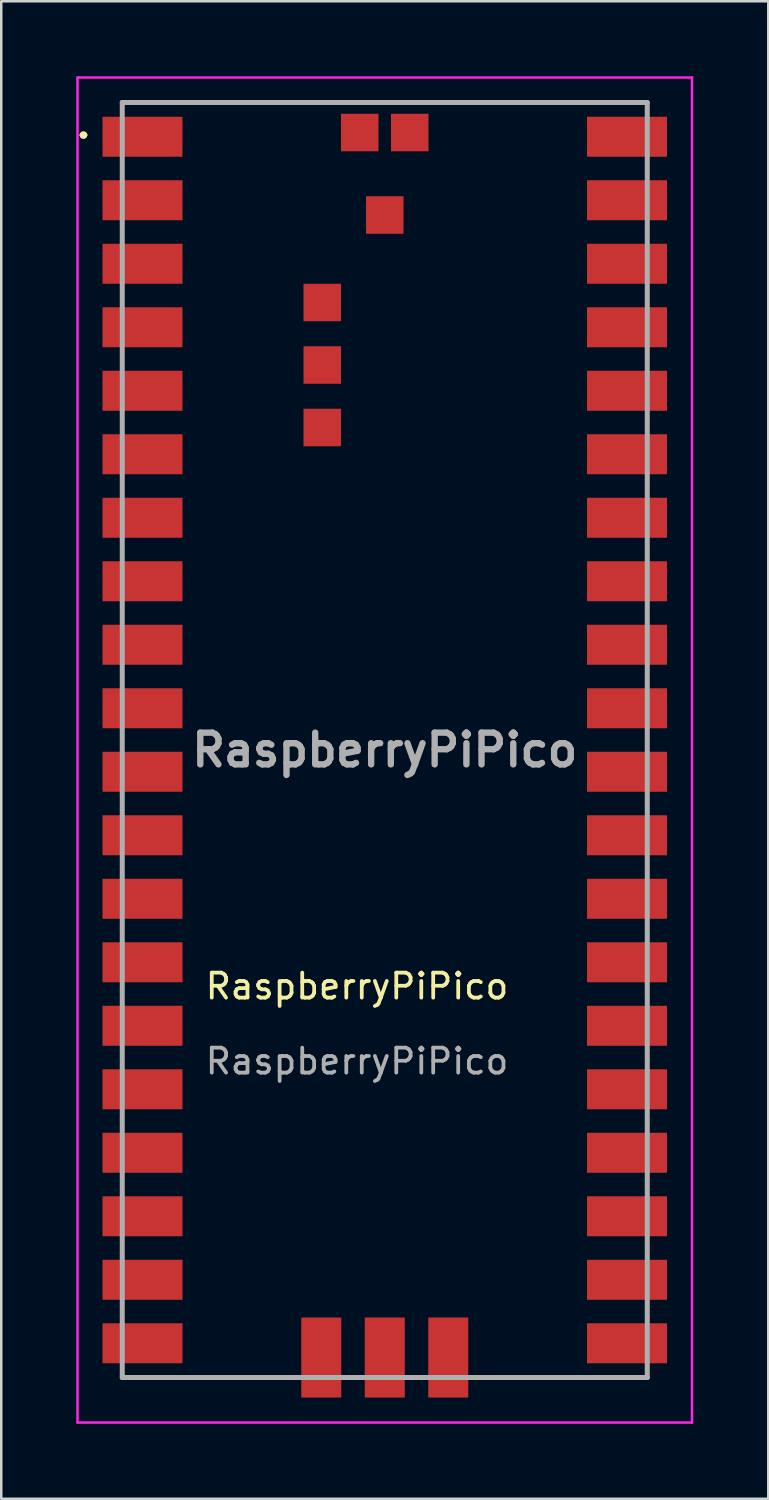
<source format=kicad_pcb>
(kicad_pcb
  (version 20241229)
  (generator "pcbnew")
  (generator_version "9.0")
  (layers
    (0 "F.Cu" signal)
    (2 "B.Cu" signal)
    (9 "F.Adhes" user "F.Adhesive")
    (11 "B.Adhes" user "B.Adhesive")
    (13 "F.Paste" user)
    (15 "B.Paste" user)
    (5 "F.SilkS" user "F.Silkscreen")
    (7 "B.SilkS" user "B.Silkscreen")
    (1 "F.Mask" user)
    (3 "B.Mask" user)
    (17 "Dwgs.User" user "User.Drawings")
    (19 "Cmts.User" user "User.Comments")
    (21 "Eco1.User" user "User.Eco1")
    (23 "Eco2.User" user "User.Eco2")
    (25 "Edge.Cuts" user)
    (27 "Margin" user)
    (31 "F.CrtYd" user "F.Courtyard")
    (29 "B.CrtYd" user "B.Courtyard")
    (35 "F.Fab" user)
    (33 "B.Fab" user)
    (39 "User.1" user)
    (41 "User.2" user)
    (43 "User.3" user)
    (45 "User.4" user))
  (footprint "RaspberryPiPico"
    (layer "F.Cu")
    (at 11.23 36.9)
    (property "Reference" "RaspberryPiPico" (at 0 -0.5 0) (unlocked yes) (layer "F.SilkS") (effects (font (size 1 1) (thickness 0.15))))
    (attr smd)
    (fp_line (start -10.99 -34.55) (end -10.99 -34.55) (stroke (width 0.2) (type solid)) (layer "F.SilkS"))
    (fp_line (start -10.99 -34.55) (end -10.99 -34.55) (stroke (width 0.2) (type solid)) (layer "F.SilkS"))
    (fp_line (start -10.89 -34.55) (end -10.89 -34.55) (stroke (width 0.2) (type solid)) (layer "F.SilkS"))
    (fp_line (start -9.39 -35.85) (end -9.39 -35.85) (stroke (width 0.1) (type solid)) (layer "F.SilkS"))
    (fp_line (start -9.39 -35.85) (end 11.61 -35.85) (stroke (width 0.1) (type solid)) (layer "F.SilkS"))
    (fp_line (start -9.39 15.15) (end -9.39 15.15) (stroke (width 0.1) (type solid)) (layer "F.SilkS"))
    (fp_line (start -9.39 15.15) (end -2.89 15.15) (stroke (width 0.1) (type solid)) (layer "F.SilkS"))
    (fp_line (start -2.89 15.15) (end -9.39 15.15) (stroke (width 0.1) (type solid)) (layer "F.SilkS"))
    (fp_line (start -2.89 15.15) (end -2.89 15.15) (stroke (width 0.1) (type solid)) (layer "F.SilkS"))
    (fp_line (start 5.36 15.15) (end 5.36 15.15) (stroke (width 0.1) (type solid)) (layer "F.SilkS"))
    (fp_line (start 5.36 15.15) (end 11.61 15.15) (stroke (width 0.1) (type solid)) (layer "F.SilkS"))
    (fp_line (start 11.61 -35.85) (end -9.39 -35.85) (stroke (width 0.1) (type solid)) (layer "F.SilkS"))
    (fp_line (start 11.61 -35.85) (end 11.61 -35.85) (stroke (width 0.1) (type solid)) (layer "F.SilkS"))
    (fp_line (start 11.61 15.15) (end 5.36 15.15) (stroke (width 0.1) (type solid)) (layer "F.SilkS"))
    (fp_line (start 11.61 15.15) (end 11.61 15.15) (stroke (width 0.1) (type solid)) (layer "F.SilkS"))
    (fp_arc (start -10.99 -34.55) (mid -10.94 -34.6) (end -10.89 -34.55) (stroke (width 0.2) (type solid)) (layer "F.SilkS"))
    (fp_arc (start -10.89 -34.55) (mid -10.94 -34.5) (end -10.99 -34.55) (stroke (width 0.2) (type solid)) (layer "F.SilkS"))
    (fp_arc (start -10.89 -34.55) (mid -10.94 -34.5) (end -10.99 -34.55) (stroke (width 0.2) (type solid)) (layer "F.SilkS"))
    (fp_line (start -11.18 -36.85) (end 13.4 -36.85) (stroke (width 0.1) (type solid)) (layer "F.CrtYd"))
    (fp_line (start -11.18 16.95) (end -11.18 -36.85) (stroke (width 0.1) (type solid)) (layer "F.CrtYd"))
    (fp_line (start 13.4 -36.85) (end 13.4 16.95) (stroke (width 0.1) (type solid)) (layer "F.CrtYd"))
    (fp_line (start 13.4 16.95) (end -11.18 16.95) (stroke (width 0.1) (type solid)) (layer "F.CrtYd"))
    (fp_line (start -9.39 -35.85) (end -9.39 15.15) (stroke (width 0.2) (type solid)) (layer "F.Fab"))
    (fp_line (start -9.39 15.15) (end 11.61 15.15) (stroke (width 0.2) (type solid)) (layer "F.Fab"))
    (fp_line (start 11.61 -35.85) (end -9.39 -35.85) (stroke (width 0.2) (type solid)) (layer "F.Fab"))
    (fp_line (start 11.61 15.15) (end 11.61 -35.85) (stroke (width 0.2) (type solid)) (layer "F.Fab"))
    (fp_text user "${REFERENCE}" (at 0 2.5 0) (unlocked yes) (layer "F.Fab") (effects (font (size 1 1) (thickness 0.15))))
    (fp_text user "${REFERENCE}" (at 1.11 -9.95 0) (layer "F.Fab") (effects (font (size 1.27 1.27) (thickness 0.254))))
    (pad "1" smd rect (at -8.58 -34.48 90) (size 1.6 3.2) (layers "F.Cu" "F.Mask" "F.Paste"))
    (pad "2" smd rect (at -8.58 -31.94 90) (size 1.6 3.2) (layers "F.Cu" "F.Mask" "F.Paste"))
    (pad "3" smd rect (at -8.58 -29.4 90) (size 1.6 3.2) (layers "F.Cu" "F.Mask" "F.Paste"))
    (pad "4" smd rect (at -8.58 -26.86 90) (size 1.6 3.2) (layers "F.Cu" "F.Mask" "F.Paste"))
    (pad "5" smd rect (at -8.58 -24.32 90) (size 1.6 3.2) (layers "F.Cu" "F.Mask" "F.Paste"))
    (pad "6" smd rect (at -8.58 -21.78 90) (size 1.6 3.2) (layers "F.Cu" "F.Mask" "F.Paste"))
    (pad "7" smd rect (at -8.58 -19.24 90) (size 1.6 3.2) (layers "F.Cu" "F.Mask" "F.Paste"))
    (pad "8" smd rect (at -8.58 -16.7 90) (size 1.6 3.2) (layers "F.Cu" "F.Mask" "F.Paste"))
    (pad "9" smd rect (at -8.58 -14.16 90) (size 1.6 3.2) (layers "F.Cu" "F.Mask" "F.Paste"))
    (pad "10" smd rect (at -8.58 -11.62 90) (size 1.6 3.2) (layers "F.Cu" "F.Mask" "F.Paste"))
    (pad "11" smd rect (at -8.58 -9.08 90) (size 1.6 3.2) (layers "F.Cu" "F.Mask" "F.Paste"))
    (pad "12" smd rect (at -8.58 -6.54 90) (size 1.6 3.2) (layers "F.Cu" "F.Mask" "F.Paste" "Eco1.User"))
    (pad "13" smd rect (at -8.58 -4 90) (size 1.6 3.2) (layers "F.Cu" "F.Mask" "F.Paste"))
    (pad "14" smd rect (at -8.58 -1.46 90) (size 1.6 3.2) (layers "F.Cu" "F.Mask" "F.Paste"))
    (pad "15" smd rect (at -8.58 1.08 90) (size 1.6 3.2) (layers "F.Cu" "F.Mask" "F.Paste"))
    (pad "16" smd rect (at -8.58 3.62 90) (size 1.6 3.2) (layers "F.Cu" "F.Mask" "F.Paste"))
    (pad "17" smd rect (at -8.58 6.16 90) (size 1.6 3.2) (layers "F.Cu" "F.Mask" "F.Paste"))
    (pad "18" smd rect (at -8.58 8.7 90) (size 1.6 3.2) (layers "F.Cu" "F.Mask" "F.Paste"))
    (pad "19" smd rect (at -8.58 11.24 90) (size 1.6 3.2) (layers "F.Cu" "F.Mask" "F.Paste"))
    (pad "20" smd rect (at -8.58 13.78 90) (size 1.6 3.2) (layers "F.Cu" "F.Mask" "F.Paste"))
    (pad "21" smd rect (at 10.8 13.78 90) (size 1.6 3.2) (layers "F.Cu" "F.Mask" "F.Paste"))
    (pad "22" smd rect (at 10.8 11.24 90) (size 1.6 3.2) (layers "F.Cu" "F.Mask" "F.Paste"))
    (pad "23" smd rect (at 10.8 8.7 90) (size 1.6 3.2) (layers "F.Cu" "F.Mask" "F.Paste"))
    (pad "24" smd rect (at 10.8 6.16 90) (size 1.6 3.2) (layers "F.Cu" "F.Mask" "F.Paste"))
    (pad "25" smd rect (at 10.8 3.62 90) (size 1.6 3.2) (layers "F.Cu" "F.Mask" "F.Paste"))
    (pad "26" smd rect (at 10.8 1.08 90) (size 1.6 3.2) (layers "F.Cu" "F.Mask" "F.Paste"))
    (pad "27" smd rect (at 10.8 -1.46 90) (size 1.6 3.2) (layers "F.Cu" "F.Mask" "F.Paste"))
    (pad "28" smd rect (at 10.8 -4 90) (size 1.6 3.2) (layers "F.Cu" "F.Mask" "F.Paste"))
    (pad "29" smd rect (at 10.8 -6.54 90) (size 1.6 3.2) (layers "F.Cu" "F.Mask" "F.Paste"))
    (pad "30" smd rect (at 10.8 -9.08 90) (size 1.6 3.2) (layers "F.Cu" "F.Mask" "F.Paste"))
    (pad "31" smd rect (at 10.8 -11.62 90) (size 1.6 3.2) (layers "F.Cu" "F.Mask" "F.Paste"))
    (pad "32" smd rect (at 10.8 -14.16 90) (size 1.6 3.2) (layers "F.Cu" "F.Mask" "F.Paste"))
    (pad "33" smd rect (at 10.8 -16.7 90) (size 1.6 3.2) (layers "F.Cu" "F.Mask" "F.Paste"))
    (pad "34" smd rect (at 10.8 -19.24 90) (size 1.6 3.2) (layers "F.Cu" "F.Mask" "F.Paste"))
    (pad "35" smd rect (at 10.8 -21.78 90) (size 1.6 3.2) (layers "F.Cu" "F.Mask" "F.Paste"))
    (pad "36" smd rect (at 10.8 -24.32 90) (size 1.6 3.2) (layers "F.Cu" "F.Mask" "F.Paste"))
    (pad "37" smd rect (at 10.8 -26.86 90) (size 1.6 3.2) (layers "F.Cu" "F.Mask" "F.Paste"))
    (pad "38" smd rect (at 10.8 -29.4 90) (size 1.6 3.2) (layers "F.Cu" "F.Mask" "F.Paste"))
    (pad "39" smd rect (at 10.8 -31.94 90) (size 1.6 3.2) (layers "F.Cu" "F.Mask" "F.Paste"))
    (pad "40" smd rect (at 10.8 -34.48 90) (size 1.6 3.2) (layers "F.Cu" "F.Mask" "F.Paste"))
    (pad "D1" smd rect (at -1.43 14.35) (size 1.6 3.2) (layers "F.Cu" "F.Mask" "F.Paste"))
    (pad "D2" smd rect (at 1.11 14.35) (size 1.6 3.2) (layers "F.Cu" "F.Mask" "F.Paste"))
    (pad "D3" smd rect (at 3.65 14.35) (size 1.6 3.2) (layers "F.Cu" "F.Mask" "F.Paste"))
    (pad "TP1" smd rect (at 1.11 -31.35 90) (size 1.5 1.5) (layers "F.Cu" "F.Mask" "F.Paste"))
    (pad "TP2" smd rect (at 2.11 -34.65 90) (size 1.5 1.5) (layers "F.Cu" "F.Mask" "F.Paste"))
    (pad "TP3" smd rect (at 0.11 -34.65 90) (size 1.5 1.5) (layers "F.Cu" "F.Mask" "F.Paste"))
    (pad "TP4" smd rect (at -1.39 -27.85 90) (size 1.5 1.5) (layers "F.Cu" "F.Mask" "F.Paste"))
    (pad "TP5" smd rect (at -1.39 -25.35 90) (size 1.5 1.5) (layers "F.Cu" "F.Mask" "F.Paste"))
    (pad "TP6" smd rect (at -1.39 -22.85 90) (size 1.5 1.5) (layers "F.Cu" "F.Mask" "F.Paste")))
  (gr_rect
    (start -3 -3)
    (end 27.68 56.9)
    (stroke (width 0.1) (type default))
    (fill no)
    (layer "Edge.Cuts")))
</source>
